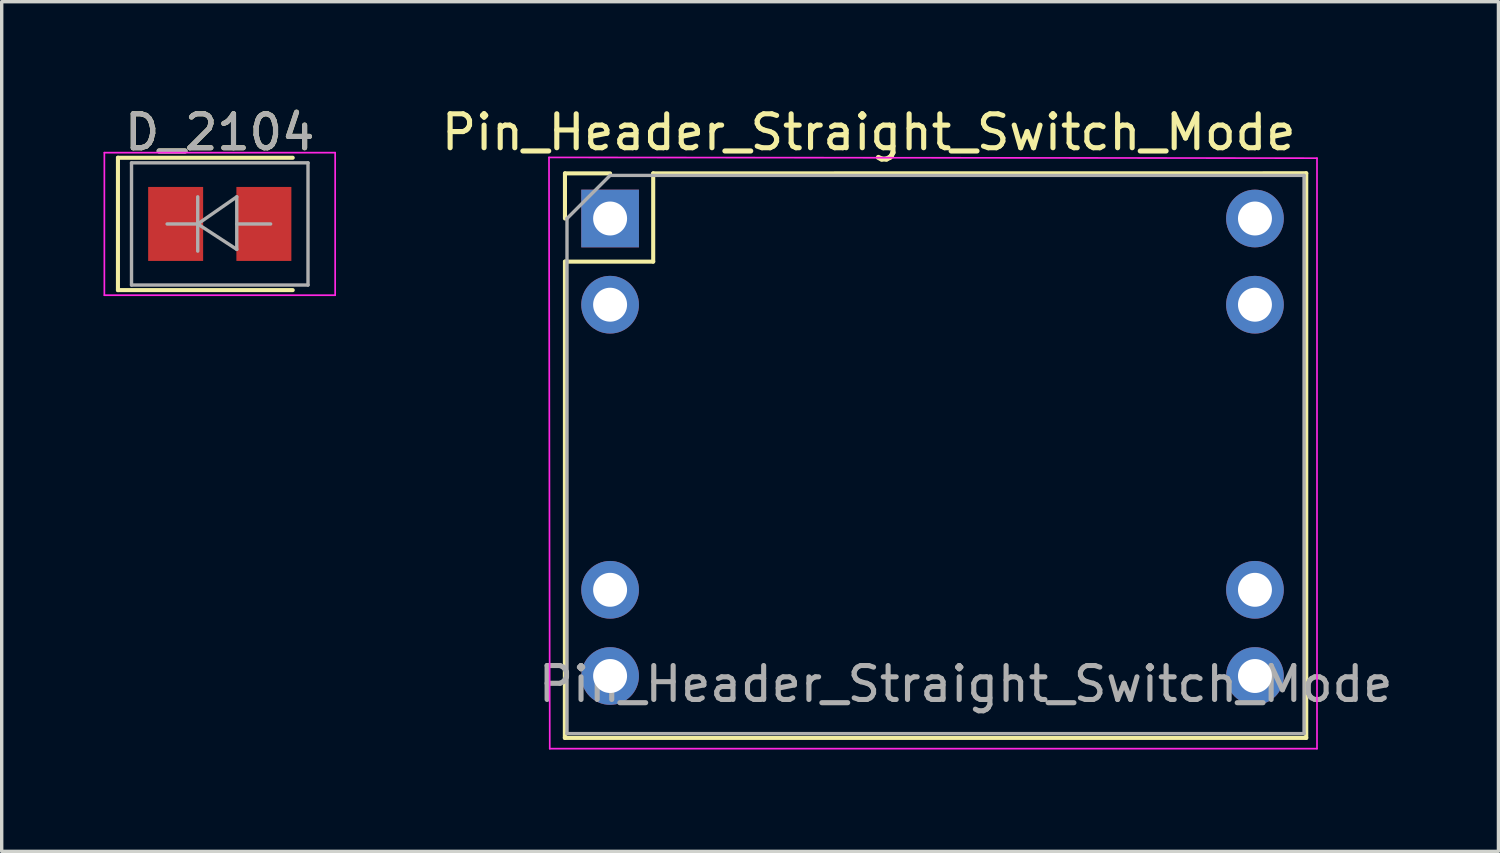
<source format=kicad_pcb>
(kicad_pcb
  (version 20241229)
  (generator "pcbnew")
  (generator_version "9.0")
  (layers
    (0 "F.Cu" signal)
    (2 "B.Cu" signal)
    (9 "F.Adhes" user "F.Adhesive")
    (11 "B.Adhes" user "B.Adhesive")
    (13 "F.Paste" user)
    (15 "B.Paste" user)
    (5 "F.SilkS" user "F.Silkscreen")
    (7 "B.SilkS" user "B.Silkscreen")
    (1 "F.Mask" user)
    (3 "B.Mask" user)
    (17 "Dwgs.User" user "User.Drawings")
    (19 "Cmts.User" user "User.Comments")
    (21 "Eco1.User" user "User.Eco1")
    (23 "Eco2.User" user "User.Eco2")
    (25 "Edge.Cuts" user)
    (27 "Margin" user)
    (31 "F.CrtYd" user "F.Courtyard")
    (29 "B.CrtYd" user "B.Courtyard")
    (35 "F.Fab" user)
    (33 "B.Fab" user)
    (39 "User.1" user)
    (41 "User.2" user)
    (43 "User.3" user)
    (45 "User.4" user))
  (footprint "Pin_Header_Straight_Switch_Mode"
    (layer "F.Cu")
    (at 14.926 3.388)
    (property "Reference" "Pin_Header_Straight_Switch_Mode" (at 7.62 -2.54 0) (layer "F.SilkS") (effects (font (size 1 1) (thickness 0.15))))
    (attr through_hole)
    (fp_line (start -1.333 15.303) (end 20.511 15.303) (stroke (width 0.12) (type solid)) (layer "F.SilkS"))
    (fp_line (start -1.33 -1.33) (end 0 -1.33) (stroke (width 0.12) (type solid)) (layer "F.SilkS"))
    (fp_line (start -1.33 0) (end -1.33 -1.33) (stroke (width 0.12) (type solid)) (layer "F.SilkS"))
    (fp_line (start -1.33 1.27) (end -1.333 15.303) (stroke (width 0.12) (type solid)) (layer "F.SilkS"))
    (fp_line (start -1.33 1.27) (end 1.27 1.27) (stroke (width 0.12) (type solid)) (layer "F.SilkS"))
    (fp_line (start 1.27 -1.33) (end 20.511 -1.333) (stroke (width 0.12) (type solid)) (layer "F.SilkS"))
    (fp_line (start 1.27 1.27) (end 1.27 -1.33) (stroke (width 0.12) (type solid)) (layer "F.SilkS"))
    (fp_line (start 20.511 -1.333) (end 20.511 15.303) (stroke (width 0.12) (type solid)) (layer "F.SilkS"))
    (fp_line (start -1.8 -1.8) (end -1.778 15.621) (stroke (width 0.05) (type solid)) (layer "F.CrtYd"))
    (fp_line (start -1.778 15.621) (end 20.828 15.621) (stroke (width 0.05) (type solid)) (layer "F.CrtYd"))
    (fp_line (start 20.828 -1.778) (end -1.8 -1.8) (stroke (width 0.05) (type solid)) (layer "F.CrtYd"))
    (fp_line (start 20.828 15.621) (end 20.828 -1.778) (stroke (width 0.05) (type solid)) (layer "F.CrtYd"))
    (fp_line (start -1.27 0) (end 0 -1.27) (stroke (width 0.1) (type solid)) (layer "F.Fab"))
    (fp_line (start -1.27 15.177) (end -1.27 0) (stroke (width 0.1) (type solid)) (layer "F.Fab"))
    (fp_line (start 0 -1.27) (end 20.447 -1.27) (stroke (width 0.1) (type solid)) (layer "F.Fab"))
    (fp_line (start 20.447 -1.27) (end 20.447 15.177) (stroke (width 0.1) (type solid)) (layer "F.Fab"))
    (fp_line (start 20.447 15.177) (end -1.27 15.177) (stroke (width 0.1) (type solid)) (layer "F.Fab"))
    (fp_text user "${REFERENCE}" (at 10.477 13.716 180) (layer "F.Fab") (effects (font (size 1 1) (thickness 0.15))))
    (pad "1" thru_hole rect (at 0 0) (size 1.7 1.7) (drill 1) (layers "*.Cu" "*.Mask"))
    (pad "2" thru_hole oval (at 19 0) (size 1.7 1.7) (drill 1) (layers "*.Cu" "*.Mask"))
    (pad "3" thru_hole oval (at 0 2.54) (size 1.7 1.7) (drill 1) (layers "*.Cu" "*.Mask"))
    (pad "4" thru_hole oval (at 19 2.54) (size 1.7 1.7) (drill 1) (layers "*.Cu" "*.Mask"))
    (pad "5" thru_hole oval (at 0 10.94) (size 1.7 1.7) (drill 1) (layers "*.Cu" "*.Mask"))
    (pad "6" thru_hole oval (at 19 10.94) (size 1.7 1.7) (drill 1) (layers "*.Cu" "*.Mask"))
    (pad "7" thru_hole oval (at 0 13.48) (size 1.7 1.7) (drill 1) (layers "*.Cu" "*.Mask"))
    (pad "8" thru_hole oval (at 19 13.48) (size 1.7 1.7) (drill 1) (layers "*.Cu" "*.Mask")))
  (footprint "D_2104"
    (layer "F.Cu")
    (at 3.425 3.548)
    (property "Reference" "D_2104" (at 0 -2.7 0) (layer "F.SilkS") (effects (font (size 1 1) (thickness 0.15))))
    (attr smd)
    (fp_line (start -3 -1.95) (end -3 1.95) (stroke (width 0.12) (type solid)) (layer "F.SilkS"))
    (fp_line (start -3 -1.95) (end 2.15 -1.95) (stroke (width 0.12) (type solid)) (layer "F.SilkS"))
    (fp_line (start -3 1.95) (end 2.15 1.95) (stroke (width 0.12) (type solid)) (layer "F.SilkS"))
    (fp_line (start -3.4 -2.1) (end 3.4 -2.1) (stroke (width 0.05) (type solid)) (layer "F.CrtYd"))
    (fp_line (start -3.4 2.1) (end -3.4 -2.1) (stroke (width 0.05) (type solid)) (layer "F.CrtYd"))
    (fp_line (start 3.4 -2.1) (end 3.4 2.1) (stroke (width 0.05) (type solid)) (layer "F.CrtYd"))
    (fp_line (start 3.4 2.1) (end -3.4 2.1) (stroke (width 0.05) (type solid)) (layer "F.CrtYd"))
    (fp_line (start -2.6 1.8) (end -2.6 -1.8) (stroke (width 0.1) (type solid)) (layer "F.Fab"))
    (fp_line (start -0.649 -0.799) (end -0.649 0.801) (stroke (width 0.1) (type solid)) (layer "F.Fab"))
    (fp_line (start -0.649 0.001) (end -1.551 0.001) (stroke (width 0.1) (type solid)) (layer "F.Fab"))
    (fp_line (start -0.649 0.001) (end 0.501 -0.799) (stroke (width 0.1) (type solid)) (layer "F.Fab"))
    (fp_line (start -0.649 0.001) (end 0.501 0.75) (stroke (width 0.1) (type solid)) (layer "F.Fab"))
    (fp_line (start 0.501 0.001) (end 1.499 0.001) (stroke (width 0.1) (type solid)) (layer "F.Fab"))
    (fp_line (start 0.501 0.75) (end 0.501 -0.799) (stroke (width 0.1) (type solid)) (layer "F.Fab"))
    (fp_line (start 2.6 -1.8) (end -2.6 -1.8) (stroke (width 0.1) (type solid)) (layer "F.Fab"))
    (fp_line (start 2.6 1.8) (end -2.6 1.8) (stroke (width 0.1) (type solid)) (layer "F.Fab"))
    (fp_line (start 2.6 1.8) (end 2.6 -1.8) (stroke (width 0.1) (type solid)) (layer "F.Fab"))
    (fp_text user "${REFERENCE}" (at 0 -2.7 0) (layer "F.Fab") (effects (font (size 1 1) (thickness 0.15))))
    (pad "1" smd rect (at -1.3 0) (size 1.62 2.18) (layers "F.Cu" "F.Mask" "F.Paste"))
    (pad "2" smd rect (at 1.3 0) (size 1.62 2.18) (layers "F.Cu" "F.Mask" "F.Paste")))
  (gr_rect
    (start -3 -3)
    (end 41.1 22.034)
    (stroke (width 0.1) (type default))
    (fill no)
    (layer "Edge.Cuts")))
</source>
